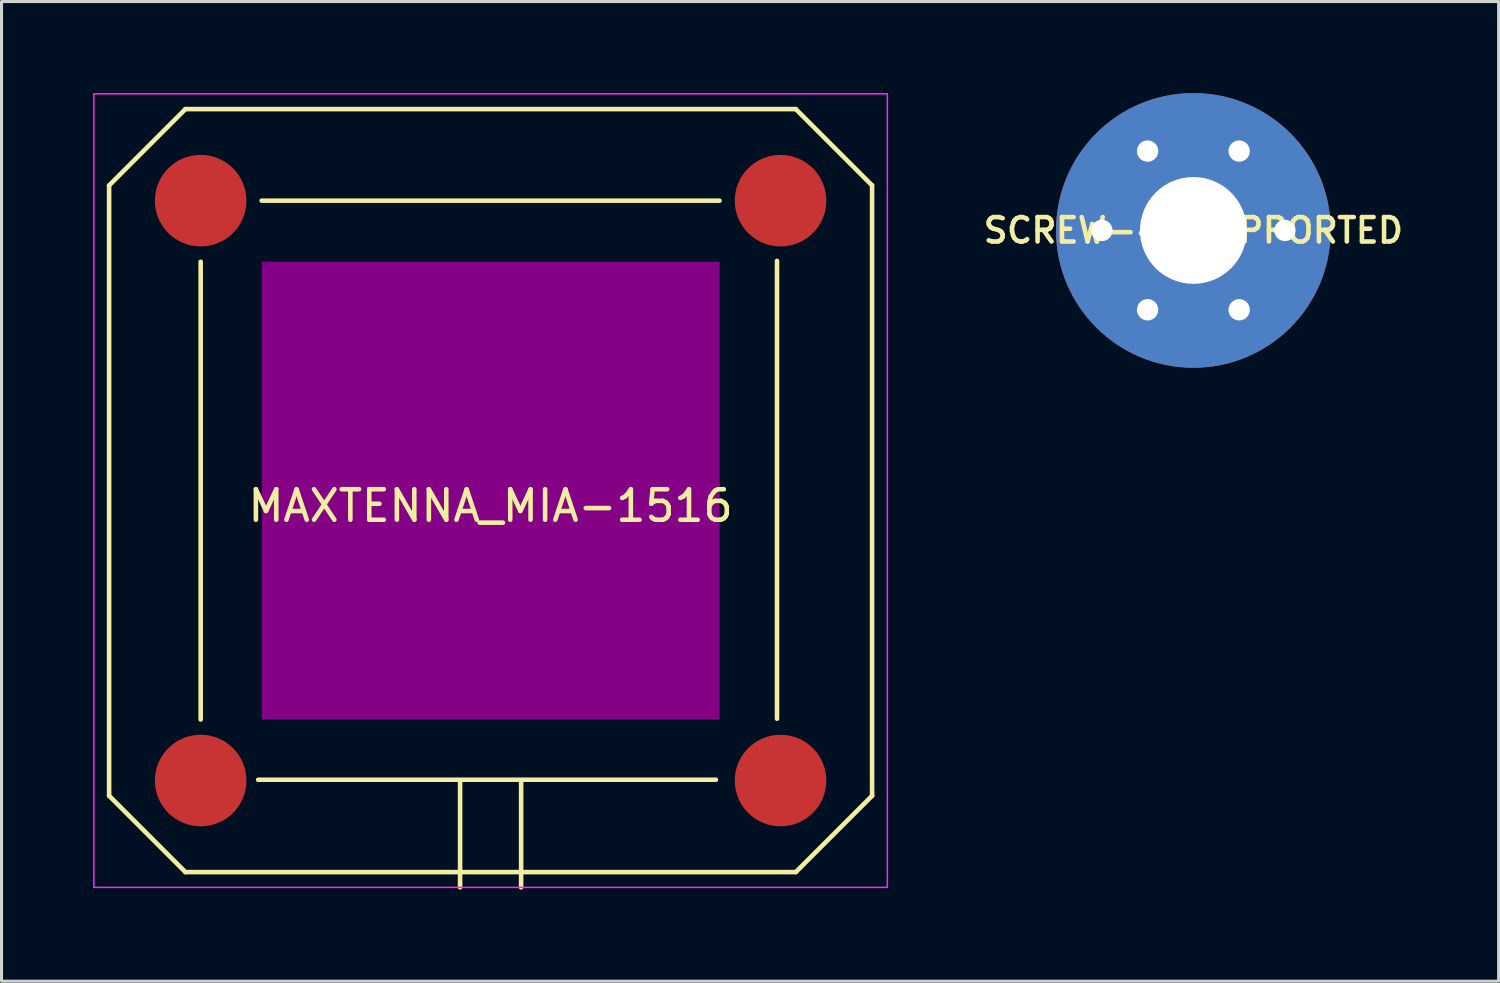
<source format=kicad_pcb>
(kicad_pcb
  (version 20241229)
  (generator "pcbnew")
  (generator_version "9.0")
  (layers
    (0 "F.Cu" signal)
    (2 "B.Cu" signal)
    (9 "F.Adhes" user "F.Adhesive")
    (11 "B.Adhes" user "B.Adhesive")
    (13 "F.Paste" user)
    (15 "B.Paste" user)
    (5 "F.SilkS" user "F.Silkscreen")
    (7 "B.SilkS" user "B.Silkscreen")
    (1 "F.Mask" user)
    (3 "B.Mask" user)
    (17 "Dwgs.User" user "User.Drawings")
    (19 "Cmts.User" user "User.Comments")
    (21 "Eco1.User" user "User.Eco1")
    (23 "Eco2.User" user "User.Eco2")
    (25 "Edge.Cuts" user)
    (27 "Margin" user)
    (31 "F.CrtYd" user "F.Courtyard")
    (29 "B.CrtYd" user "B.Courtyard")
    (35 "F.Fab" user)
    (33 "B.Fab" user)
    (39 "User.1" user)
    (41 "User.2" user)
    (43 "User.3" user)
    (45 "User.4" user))
  (footprint "MAXTENNA_MIA-1516"
    (layer "F.Cu")
    (at 13.025 13.025)
    (property "Reference" "MAXTENNA_MIA-1516" (at 0 0.5 0) (layer "F.SilkS") (effects (font (size 1 1) (thickness 0.15))))
    (attr through_hole)
    (fp_line (start -12.5 -10) (end -10 -12.5) (stroke (width 0.15) (type solid)) (layer "F.SilkS"))
    (fp_line (start -12.5 10) (end -12.5 -10) (stroke (width 0.15) (type solid)) (layer "F.SilkS"))
    (fp_line (start -10 -12.5) (end 10 -12.5) (stroke (width 0.15) (type solid)) (layer "F.SilkS"))
    (fp_line (start -10 12.5) (end -12.5 10) (stroke (width 0.15) (type solid)) (layer "F.SilkS"))
    (fp_line (start -10 12.5) (end 10 12.5) (stroke (width 0.15) (type solid)) (layer "F.SilkS"))
    (fp_line (start -9.5 -7.5) (end -9.5 7.5) (stroke (width 0.15) (type solid)) (layer "F.SilkS"))
    (fp_line (start -7.5 -9.5) (end 7.5 -9.5) (stroke (width 0.15) (type solid)) (layer "F.SilkS"))
    (fp_line (start -1 9.5) (end -1 13) (stroke (width 0.15) (type solid)) (layer "F.SilkS"))
    (fp_line (start 1 9.5) (end 1 13) (stroke (width 0.15) (type solid)) (layer "F.SilkS"))
    (fp_line (start 7.384 9.474) (end -7.616 9.474) (stroke (width 0.15) (type solid)) (layer "F.SilkS"))
    (fp_line (start 9.384 7.474) (end 9.384 -7.526) (stroke (width 0.15) (type solid)) (layer "F.SilkS"))
    (fp_line (start 12.5 -10) (end 10 -12.5) (stroke (width 0.15) (type solid)) (layer "F.SilkS"))
    (fp_line (start 12.5 10) (end 10 12.5) (stroke (width 0.15) (type solid)) (layer "F.SilkS"))
    (fp_line (start 12.5 10) (end 12.5 -10) (stroke (width 0.15) (type solid)) (layer "F.SilkS"))
    (fp_line (start -13 13) (end -13 -13) (stroke (width 0.05) (type solid)) (layer "F.CrtYd"))
    (fp_line (start -13 13) (end 13 13) (stroke (width 0.05) (type solid)) (layer "F.CrtYd"))
    (fp_line (start 13 -13) (end -13 -13) (stroke (width 0.05) (type solid)) (layer "F.CrtYd"))
    (fp_line (start 13 -13) (end 13 13) (stroke (width 0.05) (type solid)) (layer "F.CrtYd"))
    (pad "" smd rect (at 0 0) (size 15 15) (layers "F.Adhes"))
    (pad "1" smd circle (at -9.5 -9.5) (size 3 3) (layers "F.Cu" "F.Mask" "F.Paste"))
    (pad "1" smd circle (at -9.5 9.5) (size 3 3) (layers "F.Cu" "F.Mask" "F.Paste"))
    (pad "1" smd circle (at 9.5 -9.5) (size 3 3) (layers "F.Cu" "F.Mask" "F.Paste"))
    (pad "1" smd circle (at 9.5 9.5) (size 3 3) (layers "F.Cu" "F.Mask" "F.Paste")))
  (footprint "SCREW-4-SUPPORTED"
    (layer "F.Cu")
    (at 36.052 4.5)
    (property "Reference" "SCREW-4-SUPPORTED" (at 0 0 0) (layer "F.SilkS") (effects (font (size 0.8 0.8) (thickness 0.15))))
    (attr through_hole)
    (pad "1" thru_hole circle (at -3 0) (size 1 1) (drill 0.7) (layers "*.Cu" "*.Mask"))
    (pad "1" thru_hole circle (at -1.5 -2.6) (size 1 1) (drill 0.7) (layers "*.Cu" "*.Mask"))
    (pad "1" thru_hole circle (at -1.5 2.6) (size 1 1) (drill 0.7) (layers "*.Cu" "*.Mask"))
    (pad "1" thru_hole circle (at 0 0) (size 9 9) (drill 3.5) (layers "*.Cu" "*.Mask"))
    (pad "1" thru_hole circle (at 1.5 -2.6) (size 1 1) (drill 0.7) (layers "*.Cu" "*.Mask"))
    (pad "1" thru_hole circle (at 1.5 2.6) (size 1 1) (drill 0.7) (layers "*.Cu" "*.Mask"))
    (pad "1" thru_hole circle (at 3 0) (size 1 1) (drill 0.7) (layers "*.Cu" "*.Mask")))
  (gr_rect
    (start -3 -3)
    (end 46.054 29.1)
    (stroke (width 0.1) (type default))
    (fill no)
    (layer "Edge.Cuts")))
</source>
